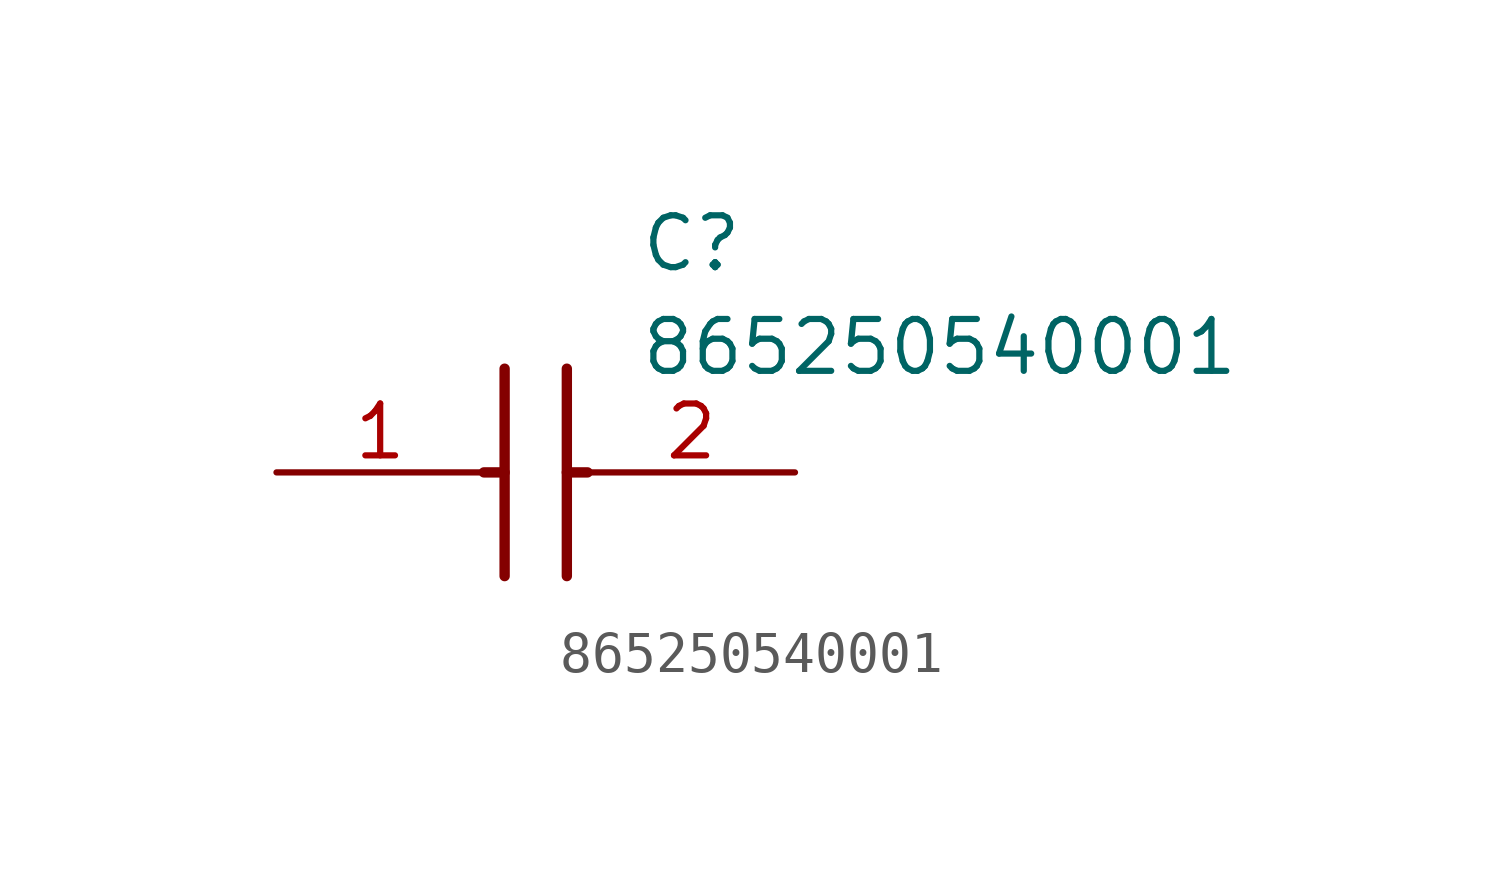
<source format=kicad_sym>
(kicad_symbol_lib
  (version 20211014)
  (generator SamacSys_ECAD_Model)
  (symbol "865250540001"
    (pin_names hide)
    (property "Reference" "C"
      (at 8.89 6.35 0)
      (effects (font (size 1.27 1.27)) (justify left top)))
    (property "Value" "865250540001"
      (at 8.89 3.81 0)
      (effects (font (size 1.27 1.27)) (justify left top)))
    (polyline
      (pts (xy 5.588 2.54) (xy 5.588 -2.54))
      (stroke (width 0.254) (type default))
      (fill (type none)))
    (polyline
      (pts (xy 7.112 2.54) (xy 7.112 -2.54))
      (stroke (width 0.254) (type default))
      (fill (type none)))
    (polyline
      (pts (xy 5.08 0) (xy 5.588 0))
      (stroke (width 0.254) (type default))
      (fill (type none)))
    (polyline
      (pts (xy 7.112 0) (xy 7.62 0))
      (stroke (width 0.254) (type default))
      (fill (type none)))
    (pin passive line
      (at 0 0 0)
      (length 5.08)
      (name "+" (effects (font (size 1.27 1.27))))
      (number "1" (effects (font (size 1.27 1.27)))))
    (pin passive line
      (at 12.7 0 180)
      (length 5.08)
      (name "-" (effects (font (size 1.27 1.27))))
      (number "2" (effects (font (size 1.27 1.27)))))))
</source>
